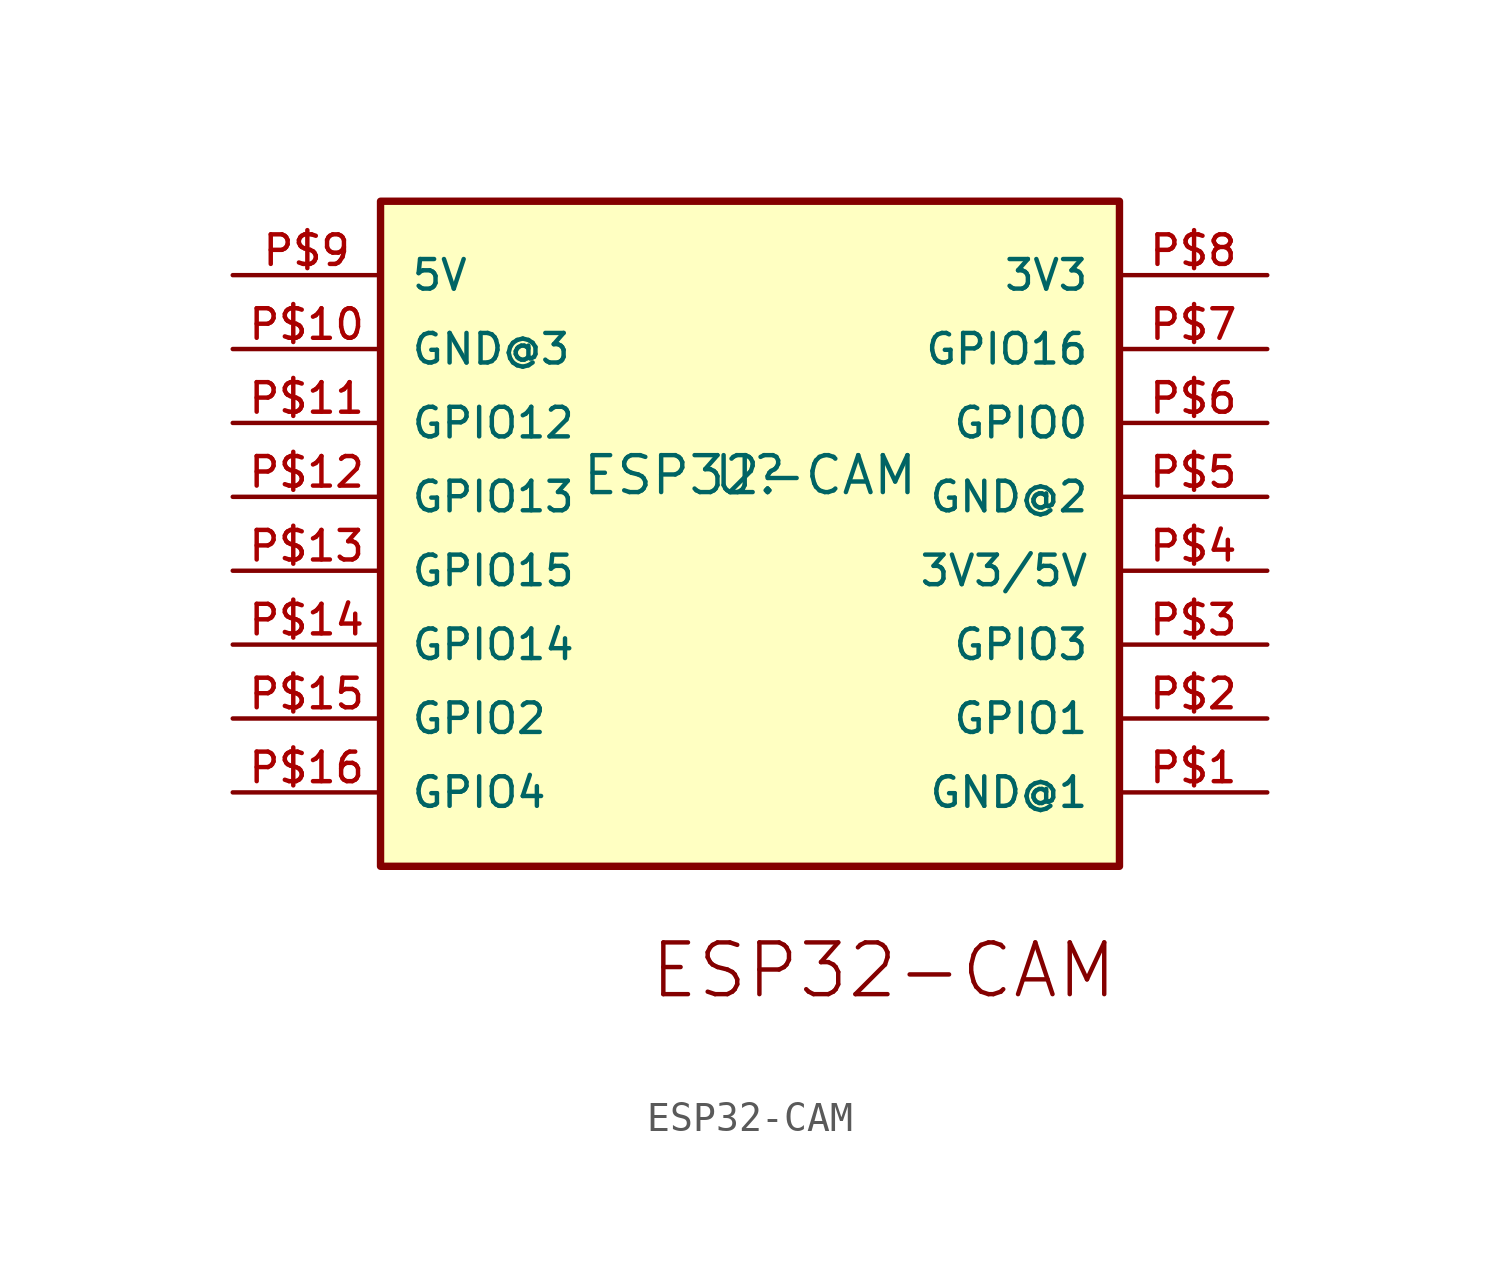
<source format=kicad_sym>
(kicad_symbol_lib
  (version 20220914)
  (generator kicad_symbol_editor)
  (symbol "ESP32-CAM"
    (pin_names
      (offset 1.016))
    (property "Reference" "U"
      (at 0 7.62 0)
      (effects (font (size 1.27 1.27)) (justify bottom)))
    (property "Value" "ESP32-CAM"
      (at 0 7.62 0)
      (effects (font (size 1.27 1.27)) (justify bottom)))
    (symbol "ESP32-CAM_0_0"
      (rectangle (start 12.7 -5.08) (end -12.7 17.78) (stroke (width 0.254) (type default)) (fill (type background)))
      (text "ESP32-CAM" (at 12.7 -7.62 0) (effects (font (size 1.778 1.778)) (justify right top)))
      (pin bidirectional line (at 17.78 -2.54 180) (length 5.08) (name "GND@1" (effects (font (size 1.016 1.016)))) (number "P$1" (effects (font (size 1.016 1.016)))))
      (pin bidirectional line (at -17.78 12.7 0) (length 5.08) (name "GND@3" (effects (font (size 1.016 1.016)))) (number "P$10" (effects (font (size 1.016 1.016)))))
      (pin bidirectional line (at -17.78 10.16 0) (length 5.08) (name "GPIO12" (effects (font (size 1.016 1.016)))) (number "P$11" (effects (font (size 1.016 1.016)))))
      (pin bidirectional line (at -17.78 7.62 0) (length 5.08) (name "GPIO13" (effects (font (size 1.016 1.016)))) (number "P$12" (effects (font (size 1.016 1.016)))))
      (pin bidirectional line (at -17.78 5.08 0) (length 5.08) (name "GPIO15" (effects (font (size 1.016 1.016)))) (number "P$13" (effects (font (size 1.016 1.016)))))
      (pin bidirectional line (at -17.78 2.54 0) (length 5.08) (name "GPIO14" (effects (font (size 1.016 1.016)))) (number "P$14" (effects (font (size 1.016 1.016)))))
      (pin bidirectional line (at -17.78 0 0) (length 5.08) (name "GPIO2" (effects (font (size 1.016 1.016)))) (number "P$15" (effects (font (size 1.016 1.016)))))
      (pin bidirectional line (at -17.78 -2.54 0) (length 5.08) (name "GPIO4" (effects (font (size 1.016 1.016)))) (number "P$16" (effects (font (size 1.016 1.016)))))
      (pin bidirectional line (at 17.78 0 180) (length 5.08) (name "GPIO1" (effects (font (size 1.016 1.016)))) (number "P$2" (effects (font (size 1.016 1.016)))))
      (pin bidirectional line (at 17.78 2.54 180) (length 5.08) (name "GPIO3" (effects (font (size 1.016 1.016)))) (number "P$3" (effects (font (size 1.016 1.016)))))
      (pin bidirectional line (at 17.78 5.08 180) (length 5.08) (name "3V3/5V" (effects (font (size 1.016 1.016)))) (number "P$4" (effects (font (size 1.016 1.016)))))
      (pin bidirectional line (at 17.78 7.62 180) (length 5.08) (name "GND@2" (effects (font (size 1.016 1.016)))) (number "P$5" (effects (font (size 1.016 1.016)))))
      (pin bidirectional line (at 17.78 10.16 180) (length 5.08) (name "GPIO0" (effects (font (size 1.016 1.016)))) (number "P$6" (effects (font (size 1.016 1.016)))))
      (pin bidirectional line (at 17.78 12.7 180) (length 5.08) (name "GPIO16" (effects (font (size 1.016 1.016)))) (number "P$7" (effects (font (size 1.016 1.016)))))
      (pin bidirectional line (at 17.78 15.24 180) (length 5.08) (name "3V3" (effects (font (size 1.016 1.016)))) (number "P$8" (effects (font (size 1.016 1.016)))))
      (pin bidirectional line (at -17.78 15.24 0) (length 5.08) (name "5V" (effects (font (size 1.016 1.016)))) (number "P$9" (effects (font (size 1.016 1.016))))))))
</source>
